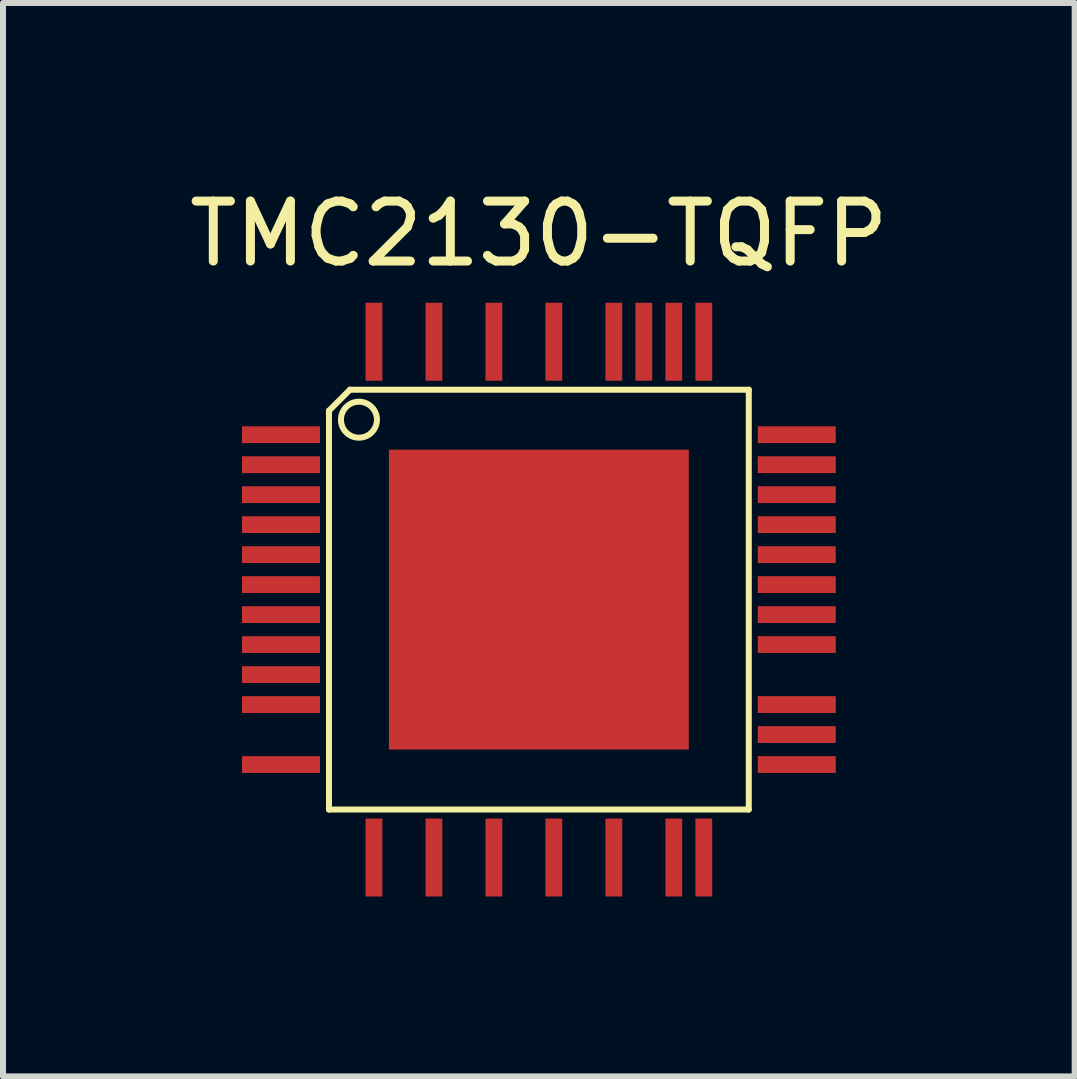
<source format=kicad_pcb>
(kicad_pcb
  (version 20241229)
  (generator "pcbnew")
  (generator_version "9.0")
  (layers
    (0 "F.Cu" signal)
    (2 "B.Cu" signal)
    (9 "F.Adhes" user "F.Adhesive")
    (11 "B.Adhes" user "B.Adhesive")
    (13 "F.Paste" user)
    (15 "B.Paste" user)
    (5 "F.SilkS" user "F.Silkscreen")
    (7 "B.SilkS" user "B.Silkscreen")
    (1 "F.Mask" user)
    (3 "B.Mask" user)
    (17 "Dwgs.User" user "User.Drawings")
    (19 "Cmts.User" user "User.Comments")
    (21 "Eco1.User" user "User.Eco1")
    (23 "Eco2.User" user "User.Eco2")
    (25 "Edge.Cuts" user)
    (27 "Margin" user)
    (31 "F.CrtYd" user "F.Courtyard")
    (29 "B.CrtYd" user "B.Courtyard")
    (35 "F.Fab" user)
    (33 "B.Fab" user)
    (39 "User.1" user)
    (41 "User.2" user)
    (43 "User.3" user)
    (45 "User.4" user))
  (footprint "TMC2130-TQFP"
    (layer "F.Cu")
    (at 5.935 6.948)
    (property "Reference" "TMC2130-TQFP" (at 0 -6.1 0) (layer "F.SilkS") (effects (font (size 1 1) (thickness 0.15))))
    (attr through_hole)
    (fp_line (start -3.5 3.5) (end -3.5 -3.15) (stroke (width 0.1) (type solid)) (layer "F.SilkS"))
    (fp_line (start -3.15 -3.5) (end -3.5 -3.15) (stroke (width 0.1) (type solid)) (layer "F.SilkS"))
    (fp_line (start -3.15 -3.5) (end 3.5 -3.5) (stroke (width 0.1) (type solid)) (layer "F.SilkS"))
    (fp_line (start 3.5 -3.5) (end 3.5 3.5) (stroke (width 0.1) (type solid)) (layer "F.SilkS"))
    (fp_line (start 3.5 3.5) (end -3.5 3.5) (stroke (width 0.1) (type solid)) (layer "F.SilkS"))
    (fp_circle (center -3 -3) (end -3.3 -3) (stroke (width 0.1) (type solid)) (fill no) (layer "F.SilkS"))
    (pad "0" smd rect (at 0 0) (size 5 5) (layers "F.Cu" "F.Mask" "F.Paste"))
    (pad "1" smd rect (at -4.3 -2.75 90) (size 0.28 1.3) (layers "F.Cu" "F.Mask" "F.Paste"))
    (pad "2" smd rect (at -4.3 -2.25 90) (size 0.28 1.3) (layers "F.Cu" "F.Mask" "F.Paste"))
    (pad "3" smd rect (at -4.3 -1.75 90) (size 0.28 1.3) (layers "F.Cu" "F.Mask" "F.Paste"))
    (pad "4" smd rect (at -4.3 -1.25 90) (size 0.28 1.3) (layers "F.Cu" "F.Mask" "F.Paste"))
    (pad "5" smd rect (at -4.3 -0.75 90) (size 0.28 1.3) (layers "F.Cu" "F.Mask" "F.Paste"))
    (pad "6" smd rect (at -4.3 -0.25 90) (size 0.28 1.3) (layers "F.Cu" "F.Mask" "F.Paste"))
    (pad "7" smd rect (at -4.3 0.25 90) (size 0.28 1.3) (layers "F.Cu" "F.Mask" "F.Paste"))
    (pad "8" smd rect (at -4.3 0.75 90) (size 0.28 1.3) (layers "F.Cu" "F.Mask" "F.Paste"))
    (pad "9" smd rect (at -4.3 1.25 90) (size 0.28 1.3) (layers "F.Cu" "F.Mask" "F.Paste"))
    (pad "10" smd rect (at -4.3 1.75 90) (size 0.28 1.3) (layers "F.Cu" "F.Mask" "F.Paste"))
    (pad "12" smd rect (at -4.3 2.75 90) (size 0.28 1.3) (layers "F.Cu" "F.Mask" "F.Paste"))
    (pad "13" smd rect (at -2.75 4.3) (size 0.28 1.3) (layers "F.Cu" "F.Mask" "F.Paste"))
    (pad "15" smd rect (at -1.75 4.3) (size 0.28 1.3) (layers "F.Cu" "F.Mask" "F.Paste"))
    (pad "17" smd rect (at -0.75 4.3) (size 0.28 1.3) (layers "F.Cu" "F.Mask" "F.Paste"))
    (pad "19" smd rect (at 0.25 4.3) (size 0.28 1.3) (layers "F.Cu" "F.Mask" "F.Paste"))
    (pad "21" smd rect (at 1.25 4.3) (size 0.28 1.3) (layers "F.Cu" "F.Mask" "F.Paste"))
    (pad "23" smd rect (at 2.25 4.3) (size 0.28 1.3) (layers "F.Cu" "F.Mask" "F.Paste"))
    (pad "24" smd rect (at 2.75 4.3) (size 0.28 1.3) (layers "F.Cu" "F.Mask" "F.Paste"))
    (pad "25" smd rect (at 4.3 2.75 90) (size 0.28 1.3) (layers "F.Cu" "F.Mask" "F.Paste"))
    (pad "26" smd rect (at 4.3 2.25 90) (size 0.28 1.3) (layers "F.Cu" "F.Mask" "F.Paste"))
    (pad "27" smd rect (at 4.3 1.75 90) (size 0.28 1.3) (layers "F.Cu" "F.Mask" "F.Paste"))
    (pad "29" smd rect (at 4.3 0.75 90) (size 0.28 1.3) (layers "F.Cu" "F.Mask" "F.Paste"))
    (pad "30" smd rect (at 4.3 0.25 90) (size 0.28 1.3) (layers "F.Cu" "F.Mask" "F.Paste"))
    (pad "31" smd rect (at 4.3 -0.25 90) (size 0.28 1.3) (layers "F.Cu" "F.Mask" "F.Paste"))
    (pad "32" smd rect (at 4.3 -0.75 90) (size 0.28 1.3) (layers "F.Cu" "F.Mask" "F.Paste"))
    (pad "33" smd rect (at 4.3 -1.25 90) (size 0.28 1.3) (layers "F.Cu" "F.Mask" "F.Paste"))
    (pad "34" smd rect (at 4.3 -1.75 90) (size 0.28 1.3) (layers "F.Cu" "F.Mask" "F.Paste"))
    (pad "35" smd rect (at 4.3 -2.25 90) (size 0.28 1.3) (layers "F.Cu" "F.Mask" "F.Paste"))
    (pad "36" smd rect (at 4.3 -2.75 90) (size 0.28 1.3) (layers "F.Cu" "F.Mask" "F.Paste"))
    (pad "37" smd rect (at 2.75 -4.3) (size 0.28 1.3) (layers "F.Cu" "F.Mask" "F.Paste"))
    (pad "38" smd rect (at 2.25 -4.3) (size 0.28 1.3) (layers "F.Cu" "F.Mask" "F.Paste"))
    (pad "39" smd rect (at 1.75 -4.3) (size 0.28 1.3) (layers "F.Cu" "F.Mask" "F.Paste"))
    (pad "40" smd rect (at 1.25 -4.3) (size 0.28 1.3) (layers "F.Cu" "F.Mask" "F.Paste"))
    (pad "42" smd rect (at 0.25 -4.3) (size 0.28 1.3) (layers "F.Cu" "F.Mask" "F.Paste"))
    (pad "44" smd rect (at -0.75 -4.3) (size 0.28 1.3) (layers "F.Cu" "F.Mask" "F.Paste"))
    (pad "46" smd rect (at -1.75 -4.3) (size 0.28 1.3) (layers "F.Cu" "F.Mask" "F.Paste"))
    (pad "48" smd rect (at -2.75 -4.3) (size 0.28 1.3) (layers "F.Cu" "F.Mask" "F.Paste")))
  (gr_rect
    (start -3 -3)
    (end 14.869 14.898)
    (stroke (width 0.1) (type default))
    (fill no)
    (layer "Edge.Cuts")))
</source>
